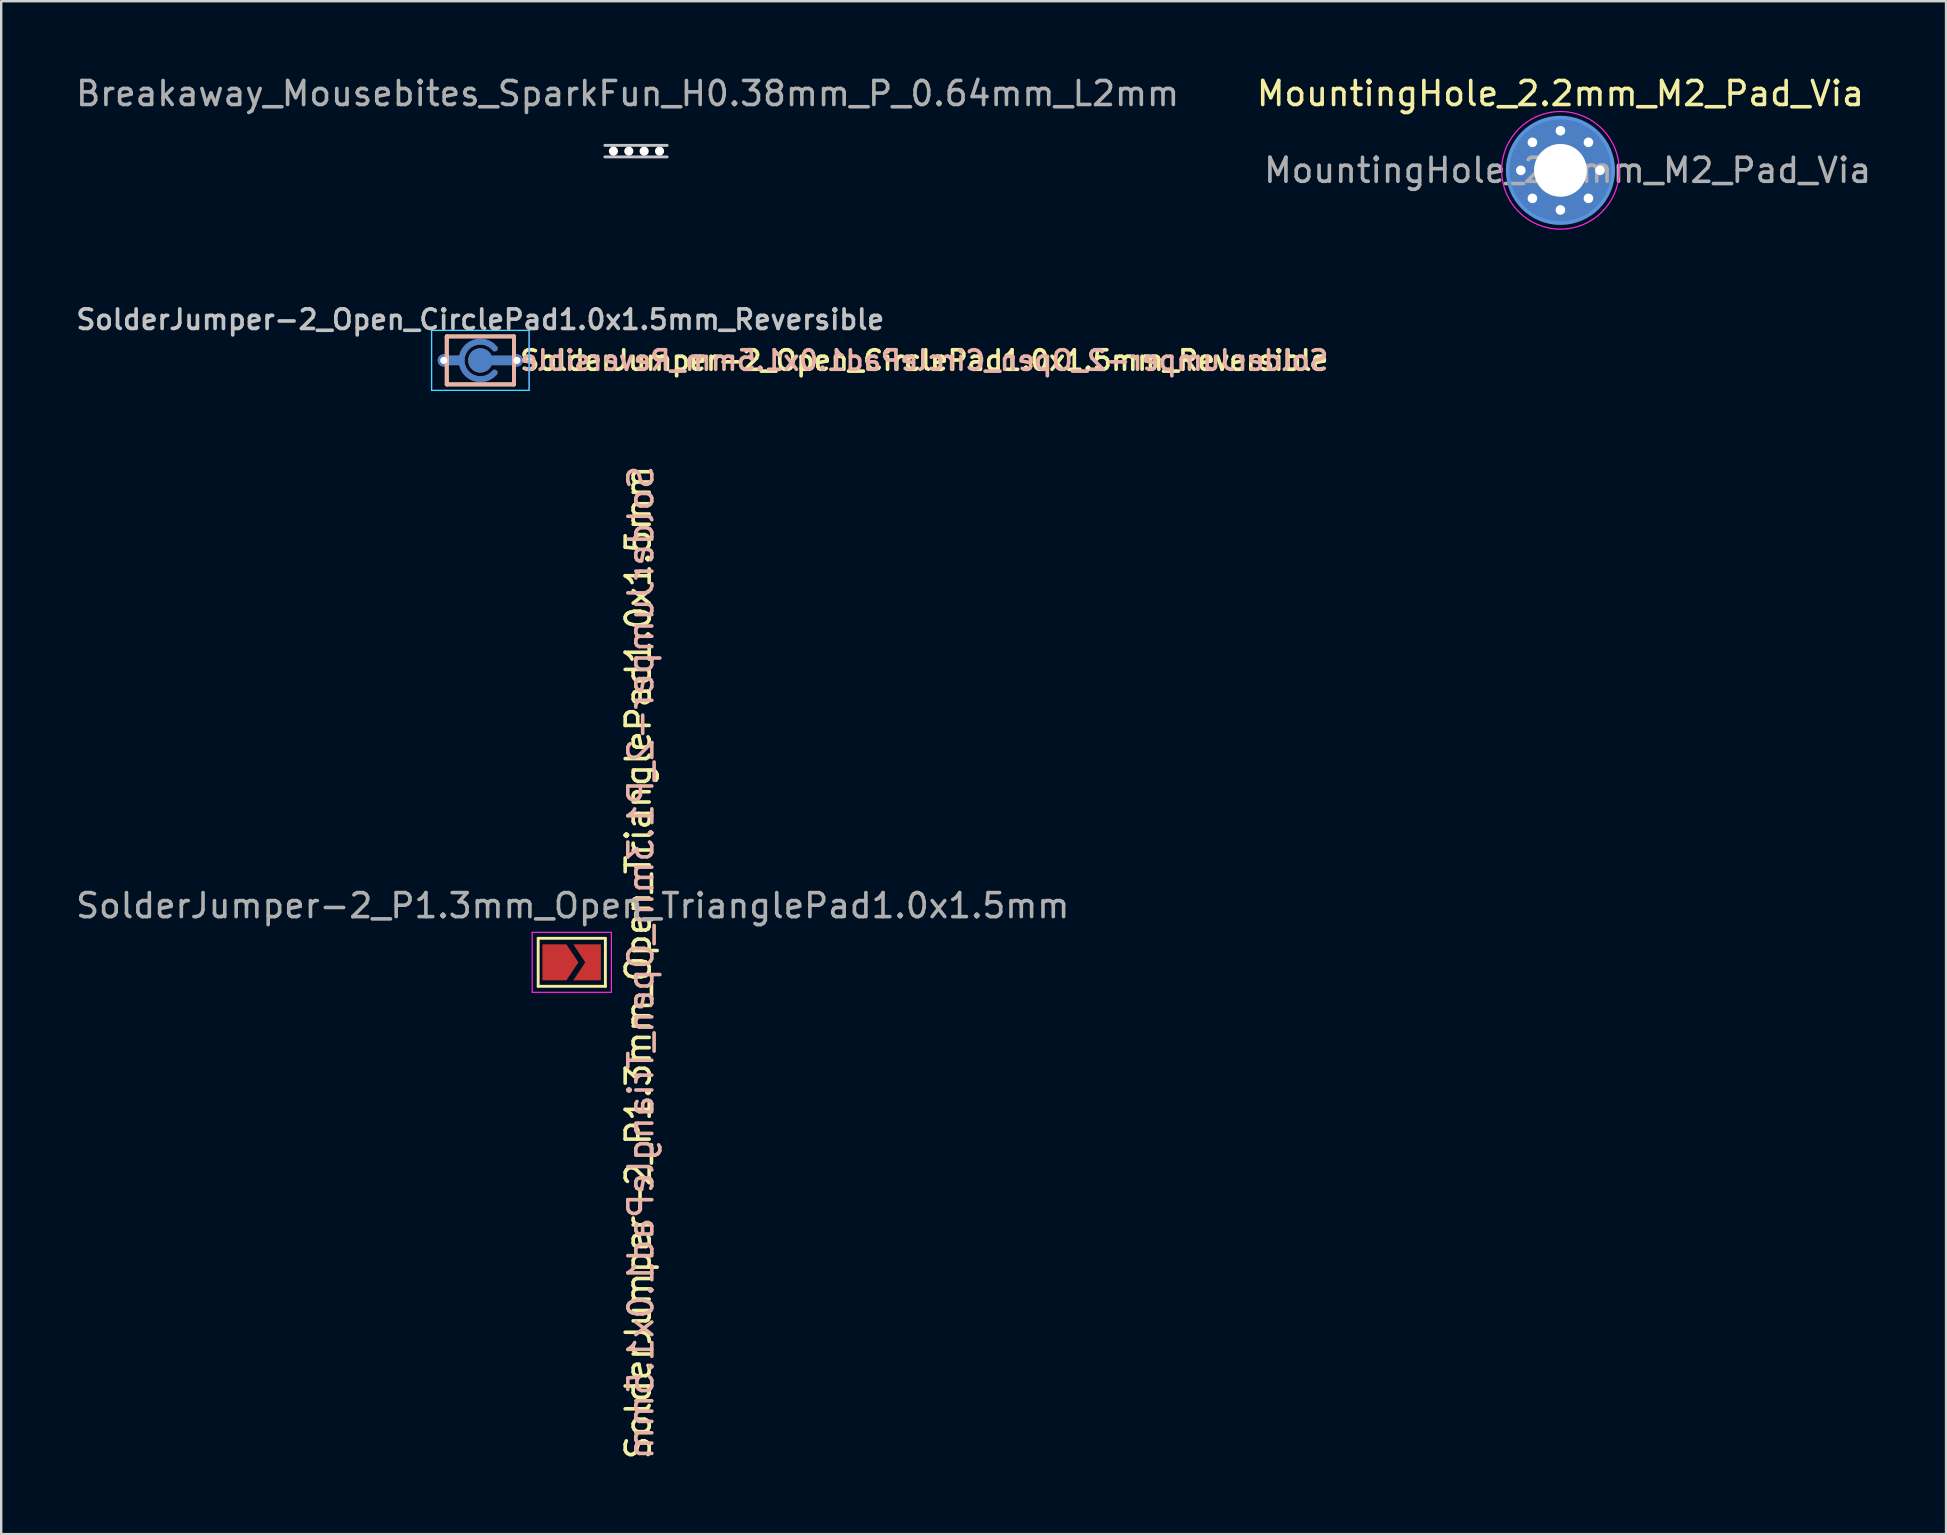
<source format=kicad_pcb>
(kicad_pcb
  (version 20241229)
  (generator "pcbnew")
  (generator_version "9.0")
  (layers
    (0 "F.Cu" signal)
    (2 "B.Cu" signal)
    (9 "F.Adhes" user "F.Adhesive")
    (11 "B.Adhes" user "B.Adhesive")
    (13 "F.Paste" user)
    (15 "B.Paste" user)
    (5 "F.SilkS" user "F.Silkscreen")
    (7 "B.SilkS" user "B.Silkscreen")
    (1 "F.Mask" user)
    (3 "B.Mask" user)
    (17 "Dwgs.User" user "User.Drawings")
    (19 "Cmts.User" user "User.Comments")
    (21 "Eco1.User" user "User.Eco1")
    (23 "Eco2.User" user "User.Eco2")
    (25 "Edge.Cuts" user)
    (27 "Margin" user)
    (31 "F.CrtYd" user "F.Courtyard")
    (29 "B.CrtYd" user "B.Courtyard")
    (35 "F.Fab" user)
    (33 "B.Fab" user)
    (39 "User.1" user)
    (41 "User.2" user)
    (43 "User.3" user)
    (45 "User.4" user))
  (footprint "SolderJumper-2_Open_CirclePad1.0x1.5mm_Reversible"
    (layer "F.Cu")
    (at 16.965 11.968)
    (property "Reference" "SolderJumper-2_Open_CirclePad1.0x1.5mm_Reversible" (at 0 -1.702 0) (layer "Dwgs.User") (effects (font (size 0.813 0.813) (thickness 0.152))))
    (property "Value" "SolderJumper-2_Open_CirclePad1.0x1.5mm_Reversible" (at 0 2.381 0) (layer "F.Fab") (hide yes) (effects (font (size 0.813 0.813) (thickness 0.152))))
    (attr exclude_from_pos_files exclude_from_bom)
    (fp_circle (center 0 0) (end 0.4 0) (stroke (width 1) (type solid)) (fill no) (layer "F.Mask"))
    (fp_circle (center 0 0) (end 0.4 0) (stroke (width 1) (type solid)) (fill no) (layer "B.Mask"))
    (fp_line (start -1.4 -1) (end 1.4 -1) (stroke (width 0.16) (type solid)) (layer "F.SilkS"))
    (fp_line (start -1.4 1) (end -1.4 -1) (stroke (width 0.16) (type solid)) (layer "F.SilkS"))
    (fp_line (start 1.4 -1) (end 1.4 1) (stroke (width 0.16) (type solid)) (layer "F.SilkS"))
    (fp_line (start 1.4 1) (end -1.4 1) (stroke (width 0.16) (type solid)) (layer "F.SilkS"))
    (fp_line (start -1.4 -1) (end 1.4 -1) (stroke (width 0.16) (type solid)) (layer "B.SilkS"))
    (fp_line (start -1.4 1) (end -1.4 -1) (stroke (width 0.16) (type solid)) (layer "B.SilkS"))
    (fp_line (start 1.4 -1) (end 1.4 1) (stroke (width 0.16) (type solid)) (layer "B.SilkS"))
    (fp_line (start 1.4 1) (end -1.4 1) (stroke (width 0.16) (type solid)) (layer "B.SilkS"))
    (fp_line (start -2.032 -1.25) (end -2.032 1.25) (stroke (width 0.05) (type solid)) (layer "B.CrtYd"))
    (fp_line (start -2.032 -1.25) (end 2.032 -1.25) (stroke (width 0.05) (type solid)) (layer "B.CrtYd"))
    (fp_line (start 2.032 1.25) (end -2.032 1.25) (stroke (width 0.05) (type solid)) (layer "B.CrtYd"))
    (fp_line (start 2.032 1.25) (end 2.032 -1.25) (stroke (width 0.05) (type solid)) (layer "B.CrtYd"))
    (fp_line (start -2.032 -1.25) (end -2.032 1.25) (stroke (width 0.05) (type solid)) (layer "F.CrtYd"))
    (fp_line (start -2.032 -1.25) (end 2.032 -1.25) (stroke (width 0.05) (type solid)) (layer "F.CrtYd"))
    (fp_line (start 2.032 1.25) (end -2.032 1.25) (stroke (width 0.05) (type solid)) (layer "F.CrtYd"))
    (fp_line (start 2.032 1.25) (end 2.032 -1.25) (stroke (width 0.05) (type solid)) (layer "F.CrtYd"))
    (fp_text user "${VALUE}" (at 1.575 0 0) (layer "F.SilkS") (effects (font (size 0.813 0.813) (thickness 0.152)) (justify left)))
    (fp_text user "${VALUE}" (at 1.575 0 0) (layer "B.SilkS") (effects (font (size 0.813 0.813) (thickness 0.152)) (justify right mirror)))
    (pad "1" thru_hole circle (at -1.524 0) (size 0.5 0.5) (drill 0.3) (layers "*.Cu"))
    (pad "1" smd custom (at -1.524 0) (size 0.5 0.5) (layers "F.Cu") (options (anchor circle)) (primitives (gr_arc (start 2.117059 0.508213) (mid 0.742994 -0.005377) (end 2.124 -0.5) (width 0.25)) (gr_line (start 0.024 0) (end 0.624 0) (width 0.4))))
    (pad "1" smd custom (at -1.524 0) (size 0.5 0.5) (layers "B.Cu") (options (anchor circle)) (primitives (gr_arc (start 2.117059 0.508213) (mid 0.742994 -0.005377) (end 2.124 -0.5) (width 0.25)) (gr_line (start 0.024 0) (end 0.624 0) (width 0.4))))
    (pad "2" thru_hole circle (at 1.524 0) (size 0.5 0.5) (drill 0.3) (layers "*.Cu"))
    (pad "2" smd custom (at 1.524 0) (size 0.5 0.5) (layers "F.Cu") (options (anchor circle)) (primitives (gr_circle (center -1.524 0) (end -1.414 0) (width 0.8) (fill no)) (gr_line (start -1.524 0) (end -0.024 0) (width 0.4))))
    (pad "2" smd custom (at 1.524 0) (size 0.5 0.5) (layers "B.Cu") (options (anchor circle)) (primitives (gr_circle (center -1.524 0) (end -1.414 0) (width 0.8) (fill no)) (gr_line (start -1.524 0) (end -0.024 0) (width 0.4)))))
  (footprint "SolderJumper-2_P1.3mm_Open_TrianglePad1.0x1.5mm"
    (layer "F.Cu")
    (at 20.775 37.048)
    (property "Reference" "SolderJumper-2_P1.3mm_Open_TrianglePad1.0x1.5mm" (at 0.04 -2.36 0) (layer "F.Fab") (effects (font (size 1 1) (thickness 0.15))))
    (property "Value" "SolderJumper-2_P1.3mm_Open_TrianglePad1.0x1.5mm" (at 0 1.9 0) (layer "F.Fab") (hide yes) (effects (font (size 1 1) (thickness 0.15))))
    (attr exclude_from_pos_files exclude_from_bom)
    (fp_line (start -1.4 -1) (end 1.4 -1) (stroke (width 0.12) (type solid)) (layer "F.SilkS"))
    (fp_line (start -1.4 1) (end -1.4 -1) (stroke (width 0.12) (type solid)) (layer "F.SilkS"))
    (fp_line (start 1.4 -1) (end 1.4 1) (stroke (width 0.12) (type solid)) (layer "F.SilkS"))
    (fp_line (start 1.4 1) (end -1.4 1) (stroke (width 0.12) (type solid)) (layer "F.SilkS"))
    (fp_line (start -1.65 -1.25) (end -1.65 1.25) (stroke (width 0.05) (type solid)) (layer "F.CrtYd"))
    (fp_line (start -1.65 -1.25) (end 1.65 -1.25) (stroke (width 0.05) (type solid)) (layer "F.CrtYd"))
    (fp_line (start 1.65 1.25) (end -1.65 1.25) (stroke (width 0.05) (type solid)) (layer "F.CrtYd"))
    (fp_line (start 1.65 1.25) (end 1.65 -1.25) (stroke (width 0.05) (type solid)) (layer "F.CrtYd"))
    (fp_text user "${VALUE}" (at 2.77 0.01 270) (layer "F.SilkS") (effects (font (size 1 1) (thickness 0.15))))
    (fp_text user "${VALUE}" (at 2.88 0.01 270) (layer "B.SilkS") (effects (font (size 1 1) (thickness 0.15)) (justify mirror)))
    (pad "1" smd custom (at -0.725 0) (size 0.3 0.3) (layers "F.Cu" "F.Mask") (options (anchor rect)) (primitives (gr_poly (pts (xy 1 0) (xy 0.5 0.75) (xy -0.5 0.75) (xy -0.5 -0.75) (xy 0.5 -0.75)) (width 0) (fill yes))))
    (pad "2" smd custom (at 0.886 0) (size 0.652 1.5) (layers "F.Cu" "F.Mask") (options (anchor rect)) (primitives (gr_poly (pts (xy 0.326 0.75) (xy -0.824 0.75) (xy -0.324 0) (xy -0.824 -0.75) (xy 0.326 -0.75)) (width 0) (fill yes)))))
  (footprint "Breakaway_Mousebites_SparkFun_H0.38mm_P_0.64mm_L2mm"
    (layer "F.Cu")
    (at 23.151 3.248)
    (property "Reference" "Breakaway_Mousebites_SparkFun_H0.38mm_P_0.64mm_L2mm" (at -0.05 -2.4 0) (layer "F.Fab") (effects (font (size 1 1) (thickness 0.15))))
    (attr through_hole)
    (fp_line (start -1 -0.24) (end 1.6 -0.24) (stroke (width 0.12) (type solid)) (layer "Dwgs.User"))
    (fp_line (start -1 0.24) (end 1.6 0.24) (stroke (width 0.12) (type solid)) (layer "Dwgs.User"))
    (pad "" np_thru_hole circle (at -0.64 0) (size 0.38 0.38) (drill 0.38) (layers "*.Cu" "*.Mask"))
    (pad "" np_thru_hole circle (at 0 0) (size 0.38 0.38) (drill 0.38) (layers "*.Cu" "*.Mask"))
    (pad "" np_thru_hole circle (at 0.64 0) (size 0.38 0.38) (drill 0.38) (layers "*.Cu" "*.Mask"))
    (pad "" np_thru_hole circle (at 1.28 0) (size 0.38 0.38) (drill 0.38) (layers "*.Cu" "*.Mask")))
  (footprint "MountingHole_2.2mm_M2_Pad_Via"
    (layer "F.Cu")
    (at 61.97 4.048)
    (property "Reference" "MountingHole_2.2mm_M2_Pad_Via" (at 0 -3.2 0) (layer "F.SilkS") (effects (font (size 1 1) (thickness 0.15))))
    (attr exclude_from_pos_files exclude_from_bom)
    (fp_circle (center 0 0) (end 2.2 0) (stroke (width 0.15) (type solid)) (fill no) (layer "Cmts.User"))
    (fp_circle (center 0 0) (end 2.45 0) (stroke (width 0.05) (type solid)) (fill no) (layer "F.CrtYd"))
    (fp_text user "${REFERENCE}" (at 0.3 0 0) (layer "F.Fab") (effects (font (size 1 1) (thickness 0.15))))
    (pad "1" thru_hole circle (at -1.65 0) (size 0.7 0.7) (drill 0.4) (layers "*.Cu" "*.Mask"))
    (pad "1" thru_hole circle (at -1.167 -1.167) (size 0.7 0.7) (drill 0.4) (layers "*.Cu" "*.Mask"))
    (pad "1" thru_hole circle (at -1.167 1.167) (size 0.7 0.7) (drill 0.4) (layers "*.Cu" "*.Mask"))
    (pad "1" thru_hole circle (at 0 -1.65) (size 0.7 0.7) (drill 0.4) (layers "*.Cu" "*.Mask"))
    (pad "1" thru_hole circle (at 0 0) (size 4.4 4.4) (drill 2.2) (layers "*.Cu" "*.Mask"))
    (pad "1" thru_hole circle (at 0 1.65) (size 0.7 0.7) (drill 0.4) (layers "*.Cu" "*.Mask"))
    (pad "1" thru_hole circle (at 1.167 -1.167) (size 0.7 0.7) (drill 0.4) (layers "*.Cu" "*.Mask"))
    (pad "1" thru_hole circle (at 1.167 1.167) (size 0.7 0.7) (drill 0.4) (layers "*.Cu" "*.Mask"))
    (pad "1" thru_hole circle (at 1.65 0) (size 0.7 0.7) (drill 0.4) (layers "*.Cu" "*.Mask")))
  (gr_rect
    (start -3 -3)
    (end 78.038 60.874)
    (stroke (width 0.1) (type default))
    (fill no)
    (layer "Edge.Cuts")))
</source>
